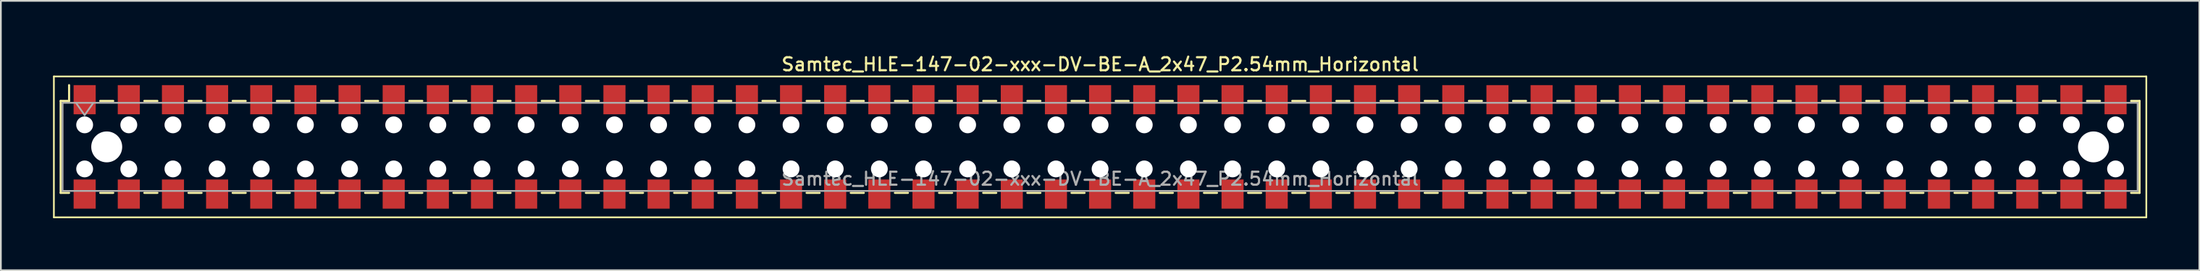
<source format=kicad_pcb>
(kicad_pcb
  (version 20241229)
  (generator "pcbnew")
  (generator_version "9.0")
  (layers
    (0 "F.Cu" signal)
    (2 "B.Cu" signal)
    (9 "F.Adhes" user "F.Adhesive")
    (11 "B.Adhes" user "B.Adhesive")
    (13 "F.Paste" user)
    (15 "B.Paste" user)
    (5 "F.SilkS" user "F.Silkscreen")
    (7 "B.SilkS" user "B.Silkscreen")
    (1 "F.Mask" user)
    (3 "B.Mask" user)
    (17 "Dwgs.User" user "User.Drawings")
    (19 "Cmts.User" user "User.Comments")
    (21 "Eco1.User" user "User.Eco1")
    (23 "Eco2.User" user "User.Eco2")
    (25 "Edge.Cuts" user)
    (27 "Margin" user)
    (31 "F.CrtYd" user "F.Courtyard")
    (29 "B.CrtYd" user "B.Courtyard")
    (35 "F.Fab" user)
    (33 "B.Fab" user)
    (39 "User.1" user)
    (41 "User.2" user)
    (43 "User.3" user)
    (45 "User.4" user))
  (footprint "Samtec_HLE-147-02-xxx-DV-BE-A_2x47_P2.54mm_Horizontal"
    (layer "F.Cu")
    (at 60.24 5.418)
    (property "Reference" "Samtec_HLE-147-02-xxx-DV-BE-A_2x47_P2.54mm_Horizontal" (at 0 -4.76 0) (layer "F.SilkS") (effects (font (size 0.75 0.75) (thickness 0.125))))
    (attr smd)
    (fp_line (start -60.19 -4.06) (end 60.19 -4.06) (stroke (width 0.1) (type solid)) (layer "F.SilkS"))
    (fp_line (start -60.19 4.06) (end -60.19 -4.06) (stroke (width 0.1) (type solid)) (layer "F.SilkS"))
    (fp_line (start -59.8 -2.65) (end -59.8 2.65) (stroke (width 0.12) (type solid)) (layer "F.SilkS"))
    (fp_line (start -59.8 2.65) (end -59.315 2.65) (stroke (width 0.12) (type solid)) (layer "F.SilkS"))
    (fp_line (start -59.315 -3.56) (end -59.315 -2.65) (stroke (width 0.12) (type solid)) (layer "F.SilkS"))
    (fp_line (start -59.315 -2.65) (end -59.8 -2.65) (stroke (width 0.12) (type solid)) (layer "F.SilkS"))
    (fp_line (start -57.525 -2.65) (end -56.775 -2.65) (stroke (width 0.12) (type solid)) (layer "F.SilkS"))
    (fp_line (start -57.525 2.65) (end -56.775 2.65) (stroke (width 0.12) (type solid)) (layer "F.SilkS"))
    (fp_line (start -54.985 -2.65) (end -54.235 -2.65) (stroke (width 0.12) (type solid)) (layer "F.SilkS"))
    (fp_line (start -54.985 2.65) (end -54.235 2.65) (stroke (width 0.12) (type solid)) (layer "F.SilkS"))
    (fp_line (start -52.445 -2.65) (end -51.695 -2.65) (stroke (width 0.12) (type solid)) (layer "F.SilkS"))
    (fp_line (start -52.445 2.65) (end -51.695 2.65) (stroke (width 0.12) (type solid)) (layer "F.SilkS"))
    (fp_line (start -49.905 -2.65) (end -49.155 -2.65) (stroke (width 0.12) (type solid)) (layer "F.SilkS"))
    (fp_line (start -49.905 2.65) (end -49.155 2.65) (stroke (width 0.12) (type solid)) (layer "F.SilkS"))
    (fp_line (start -47.365 -2.65) (end -46.615 -2.65) (stroke (width 0.12) (type solid)) (layer "F.SilkS"))
    (fp_line (start -47.365 2.65) (end -46.615 2.65) (stroke (width 0.12) (type solid)) (layer "F.SilkS"))
    (fp_line (start -44.825 -2.65) (end -44.075 -2.65) (stroke (width 0.12) (type solid)) (layer "F.SilkS"))
    (fp_line (start -44.825 2.65) (end -44.075 2.65) (stroke (width 0.12) (type solid)) (layer "F.SilkS"))
    (fp_line (start -42.285 -2.65) (end -41.535 -2.65) (stroke (width 0.12) (type solid)) (layer "F.SilkS"))
    (fp_line (start -42.285 2.65) (end -41.535 2.65) (stroke (width 0.12) (type solid)) (layer "F.SilkS"))
    (fp_line (start -39.745 -2.65) (end -38.995 -2.65) (stroke (width 0.12) (type solid)) (layer "F.SilkS"))
    (fp_line (start -39.745 2.65) (end -38.995 2.65) (stroke (width 0.12) (type solid)) (layer "F.SilkS"))
    (fp_line (start -37.205 -2.65) (end -36.455 -2.65) (stroke (width 0.12) (type solid)) (layer "F.SilkS"))
    (fp_line (start -37.205 2.65) (end -36.455 2.65) (stroke (width 0.12) (type solid)) (layer "F.SilkS"))
    (fp_line (start -34.665 -2.65) (end -33.915 -2.65) (stroke (width 0.12) (type solid)) (layer "F.SilkS"))
    (fp_line (start -34.665 2.65) (end -33.915 2.65) (stroke (width 0.12) (type solid)) (layer "F.SilkS"))
    (fp_line (start -32.125 -2.65) (end -31.375 -2.65) (stroke (width 0.12) (type solid)) (layer "F.SilkS"))
    (fp_line (start -32.125 2.65) (end -31.375 2.65) (stroke (width 0.12) (type solid)) (layer "F.SilkS"))
    (fp_line (start -29.585 -2.65) (end -28.835 -2.65) (stroke (width 0.12) (type solid)) (layer "F.SilkS"))
    (fp_line (start -29.585 2.65) (end -28.835 2.65) (stroke (width 0.12) (type solid)) (layer "F.SilkS"))
    (fp_line (start -27.045 -2.65) (end -26.295 -2.65) (stroke (width 0.12) (type solid)) (layer "F.SilkS"))
    (fp_line (start -27.045 2.65) (end -26.295 2.65) (stroke (width 0.12) (type solid)) (layer "F.SilkS"))
    (fp_line (start -24.505 -2.65) (end -23.755 -2.65) (stroke (width 0.12) (type solid)) (layer "F.SilkS"))
    (fp_line (start -24.505 2.65) (end -23.755 2.65) (stroke (width 0.12) (type solid)) (layer "F.SilkS"))
    (fp_line (start -21.965 -2.65) (end -21.215 -2.65) (stroke (width 0.12) (type solid)) (layer "F.SilkS"))
    (fp_line (start -21.965 2.65) (end -21.215 2.65) (stroke (width 0.12) (type solid)) (layer "F.SilkS"))
    (fp_line (start -19.425 -2.65) (end -18.675 -2.65) (stroke (width 0.12) (type solid)) (layer "F.SilkS"))
    (fp_line (start -19.425 2.65) (end -18.675 2.65) (stroke (width 0.12) (type solid)) (layer "F.SilkS"))
    (fp_line (start -16.885 -2.65) (end -16.135 -2.65) (stroke (width 0.12) (type solid)) (layer "F.SilkS"))
    (fp_line (start -16.885 2.65) (end -16.135 2.65) (stroke (width 0.12) (type solid)) (layer "F.SilkS"))
    (fp_line (start -14.345 -2.65) (end -13.595 -2.65) (stroke (width 0.12) (type solid)) (layer "F.SilkS"))
    (fp_line (start -14.345 2.65) (end -13.595 2.65) (stroke (width 0.12) (type solid)) (layer "F.SilkS"))
    (fp_line (start -11.805 -2.65) (end -11.055 -2.65) (stroke (width 0.12) (type solid)) (layer "F.SilkS"))
    (fp_line (start -11.805 2.65) (end -11.055 2.65) (stroke (width 0.12) (type solid)) (layer "F.SilkS"))
    (fp_line (start -9.265 -2.65) (end -8.515 -2.65) (stroke (width 0.12) (type solid)) (layer "F.SilkS"))
    (fp_line (start -9.265 2.65) (end -8.515 2.65) (stroke (width 0.12) (type solid)) (layer "F.SilkS"))
    (fp_line (start -6.725 -2.65) (end -5.975 -2.65) (stroke (width 0.12) (type solid)) (layer "F.SilkS"))
    (fp_line (start -6.725 2.65) (end -5.975 2.65) (stroke (width 0.12) (type solid)) (layer "F.SilkS"))
    (fp_line (start -4.185 -2.65) (end -3.435 -2.65) (stroke (width 0.12) (type solid)) (layer "F.SilkS"))
    (fp_line (start -4.185 2.65) (end -3.435 2.65) (stroke (width 0.12) (type solid)) (layer "F.SilkS"))
    (fp_line (start -1.645 -2.65) (end -0.895 -2.65) (stroke (width 0.12) (type solid)) (layer "F.SilkS"))
    (fp_line (start -1.645 2.65) (end -0.895 2.65) (stroke (width 0.12) (type solid)) (layer "F.SilkS"))
    (fp_line (start 0.895 -2.65) (end 1.645 -2.65) (stroke (width 0.12) (type solid)) (layer "F.SilkS"))
    (fp_line (start 0.895 2.65) (end 1.645 2.65) (stroke (width 0.12) (type solid)) (layer "F.SilkS"))
    (fp_line (start 3.435 -2.65) (end 4.185 -2.65) (stroke (width 0.12) (type solid)) (layer "F.SilkS"))
    (fp_line (start 3.435 2.65) (end 4.185 2.65) (stroke (width 0.12) (type solid)) (layer "F.SilkS"))
    (fp_line (start 5.975 -2.65) (end 6.725 -2.65) (stroke (width 0.12) (type solid)) (layer "F.SilkS"))
    (fp_line (start 5.975 2.65) (end 6.725 2.65) (stroke (width 0.12) (type solid)) (layer "F.SilkS"))
    (fp_line (start 8.515 -2.65) (end 9.265 -2.65) (stroke (width 0.12) (type solid)) (layer "F.SilkS"))
    (fp_line (start 8.515 2.65) (end 9.265 2.65) (stroke (width 0.12) (type solid)) (layer "F.SilkS"))
    (fp_line (start 11.055 -2.65) (end 11.805 -2.65) (stroke (width 0.12) (type solid)) (layer "F.SilkS"))
    (fp_line (start 11.055 2.65) (end 11.805 2.65) (stroke (width 0.12) (type solid)) (layer "F.SilkS"))
    (fp_line (start 13.595 -2.65) (end 14.345 -2.65) (stroke (width 0.12) (type solid)) (layer "F.SilkS"))
    (fp_line (start 13.595 2.65) (end 14.345 2.65) (stroke (width 0.12) (type solid)) (layer "F.SilkS"))
    (fp_line (start 16.135 -2.65) (end 16.885 -2.65) (stroke (width 0.12) (type solid)) (layer "F.SilkS"))
    (fp_line (start 16.135 2.65) (end 16.885 2.65) (stroke (width 0.12) (type solid)) (layer "F.SilkS"))
    (fp_line (start 18.675 -2.65) (end 19.425 -2.65) (stroke (width 0.12) (type solid)) (layer "F.SilkS"))
    (fp_line (start 18.675 2.65) (end 19.425 2.65) (stroke (width 0.12) (type solid)) (layer "F.SilkS"))
    (fp_line (start 21.215 -2.65) (end 21.965 -2.65) (stroke (width 0.12) (type solid)) (layer "F.SilkS"))
    (fp_line (start 21.215 2.65) (end 21.965 2.65) (stroke (width 0.12) (type solid)) (layer "F.SilkS"))
    (fp_line (start 23.755 -2.65) (end 24.505 -2.65) (stroke (width 0.12) (type solid)) (layer "F.SilkS"))
    (fp_line (start 23.755 2.65) (end 24.505 2.65) (stroke (width 0.12) (type solid)) (layer "F.SilkS"))
    (fp_line (start 26.295 -2.65) (end 27.045 -2.65) (stroke (width 0.12) (type solid)) (layer "F.SilkS"))
    (fp_line (start 26.295 2.65) (end 27.045 2.65) (stroke (width 0.12) (type solid)) (layer "F.SilkS"))
    (fp_line (start 28.835 -2.65) (end 29.585 -2.65) (stroke (width 0.12) (type solid)) (layer "F.SilkS"))
    (fp_line (start 28.835 2.65) (end 29.585 2.65) (stroke (width 0.12) (type solid)) (layer "F.SilkS"))
    (fp_line (start 31.375 -2.65) (end 32.125 -2.65) (stroke (width 0.12) (type solid)) (layer "F.SilkS"))
    (fp_line (start 31.375 2.65) (end 32.125 2.65) (stroke (width 0.12) (type solid)) (layer "F.SilkS"))
    (fp_line (start 33.915 -2.65) (end 34.665 -2.65) (stroke (width 0.12) (type solid)) (layer "F.SilkS"))
    (fp_line (start 33.915 2.65) (end 34.665 2.65) (stroke (width 0.12) (type solid)) (layer "F.SilkS"))
    (fp_line (start 36.455 -2.65) (end 37.205 -2.65) (stroke (width 0.12) (type solid)) (layer "F.SilkS"))
    (fp_line (start 36.455 2.65) (end 37.205 2.65) (stroke (width 0.12) (type solid)) (layer "F.SilkS"))
    (fp_line (start 38.995 -2.65) (end 39.745 -2.65) (stroke (width 0.12) (type solid)) (layer "F.SilkS"))
    (fp_line (start 38.995 2.65) (end 39.745 2.65) (stroke (width 0.12) (type solid)) (layer "F.SilkS"))
    (fp_line (start 41.535 -2.65) (end 42.285 -2.65) (stroke (width 0.12) (type solid)) (layer "F.SilkS"))
    (fp_line (start 41.535 2.65) (end 42.285 2.65) (stroke (width 0.12) (type solid)) (layer "F.SilkS"))
    (fp_line (start 44.075 -2.65) (end 44.825 -2.65) (stroke (width 0.12) (type solid)) (layer "F.SilkS"))
    (fp_line (start 44.075 2.65) (end 44.825 2.65) (stroke (width 0.12) (type solid)) (layer "F.SilkS"))
    (fp_line (start 46.615 -2.65) (end 47.365 -2.65) (stroke (width 0.12) (type solid)) (layer "F.SilkS"))
    (fp_line (start 46.615 2.65) (end 47.365 2.65) (stroke (width 0.12) (type solid)) (layer "F.SilkS"))
    (fp_line (start 49.155 -2.65) (end 49.905 -2.65) (stroke (width 0.12) (type solid)) (layer "F.SilkS"))
    (fp_line (start 49.155 2.65) (end 49.905 2.65) (stroke (width 0.12) (type solid)) (layer "F.SilkS"))
    (fp_line (start 51.695 -2.65) (end 52.445 -2.65) (stroke (width 0.12) (type solid)) (layer "F.SilkS"))
    (fp_line (start 51.695 2.65) (end 52.445 2.65) (stroke (width 0.12) (type solid)) (layer "F.SilkS"))
    (fp_line (start 54.235 -2.65) (end 54.985 -2.65) (stroke (width 0.12) (type solid)) (layer "F.SilkS"))
    (fp_line (start 54.235 2.65) (end 54.985 2.65) (stroke (width 0.12) (type solid)) (layer "F.SilkS"))
    (fp_line (start 56.775 -2.65) (end 57.525 -2.65) (stroke (width 0.12) (type solid)) (layer "F.SilkS"))
    (fp_line (start 56.775 2.65) (end 57.525 2.65) (stroke (width 0.12) (type solid)) (layer "F.SilkS"))
    (fp_line (start 59.315 -2.65) (end 59.8 -2.65) (stroke (width 0.12) (type solid)) (layer "F.SilkS"))
    (fp_line (start 59.8 -2.65) (end 59.8 2.65) (stroke (width 0.12) (type solid)) (layer "F.SilkS"))
    (fp_line (start 59.8 2.65) (end 59.315 2.65) (stroke (width 0.12) (type solid)) (layer "F.SilkS"))
    (fp_line (start 60.19 -4.06) (end 60.19 4.06) (stroke (width 0.1) (type solid)) (layer "F.SilkS"))
    (fp_line (start 60.19 4.06) (end -60.19 4.06) (stroke (width 0.1) (type solid)) (layer "F.SilkS"))
    (fp_line (start -59.69 -2.54) (end 59.69 -2.54) (stroke (width 0.1) (type solid)) (layer "F.Fab"))
    (fp_line (start -59.69 2.54) (end -59.69 -2.54) (stroke (width 0.1) (type solid)) (layer "F.Fab"))
    (fp_line (start -58.92 -2.54) (end -58.42 -1.833) (stroke (width 0.1) (type solid)) (layer "F.Fab"))
    (fp_line (start -58.42 -1.833) (end -57.92 -2.54) (stroke (width 0.1) (type solid)) (layer "F.Fab"))
    (fp_line (start 59.69 -2.54) (end 59.69 2.54) (stroke (width 0.1) (type solid)) (layer "F.Fab"))
    (fp_line (start 59.69 2.54) (end -59.69 2.54) (stroke (width 0.1) (type solid)) (layer "F.Fab"))
    (fp_text user "${REFERENCE}" (at 0 1.84 0) (layer "F.Fab") (effects (font (size 0.75 0.75) (thickness 0.125))))
    (pad "" np_thru_hole circle (at -58.42 -1.27) (size 0.97 0.97) (drill 0.97) (layers "*.Cu" "*.Mask"))
    (pad "" np_thru_hole circle (at -58.42 1.27) (size 0.97 0.97) (drill 0.97) (layers "*.Cu" "*.Mask"))
    (pad "" np_thru_hole circle (at -57.15 0) (size 1.78 1.78) (drill 1.78) (layers "*.Cu" "*.Mask"))
    (pad "" np_thru_hole circle (at -55.88 -1.27) (size 0.97 0.97) (drill 0.97) (layers "*.Cu" "*.Mask"))
    (pad "" np_thru_hole circle (at -55.88 1.27) (size 0.97 0.97) (drill 0.97) (layers "*.Cu" "*.Mask"))
    (pad "" np_thru_hole circle (at -53.34 -1.27) (size 0.97 0.97) (drill 0.97) (layers "*.Cu" "*.Mask"))
    (pad "" np_thru_hole circle (at -53.34 1.27) (size 0.97 0.97) (drill 0.97) (layers "*.Cu" "*.Mask"))
    (pad "" np_thru_hole circle (at -50.8 -1.27) (size 0.97 0.97) (drill 0.97) (layers "*.Cu" "*.Mask"))
    (pad "" np_thru_hole circle (at -50.8 1.27) (size 0.97 0.97) (drill 0.97) (layers "*.Cu" "*.Mask"))
    (pad "" np_thru_hole circle (at -48.26 -1.27) (size 0.97 0.97) (drill 0.97) (layers "*.Cu" "*.Mask"))
    (pad "" np_thru_hole circle (at -48.26 1.27) (size 0.97 0.97) (drill 0.97) (layers "*.Cu" "*.Mask"))
    (pad "" np_thru_hole circle (at -45.72 -1.27) (size 0.97 0.97) (drill 0.97) (layers "*.Cu" "*.Mask"))
    (pad "" np_thru_hole circle (at -45.72 1.27) (size 0.97 0.97) (drill 0.97) (layers "*.Cu" "*.Mask"))
    (pad "" np_thru_hole circle (at -43.18 -1.27) (size 0.97 0.97) (drill 0.97) (layers "*.Cu" "*.Mask"))
    (pad "" np_thru_hole circle (at -43.18 1.27) (size 0.97 0.97) (drill 0.97) (layers "*.Cu" "*.Mask"))
    (pad "" np_thru_hole circle (at -40.64 -1.27) (size 0.97 0.97) (drill 0.97) (layers "*.Cu" "*.Mask"))
    (pad "" np_thru_hole circle (at -40.64 1.27) (size 0.97 0.97) (drill 0.97) (layers "*.Cu" "*.Mask"))
    (pad "" np_thru_hole circle (at -38.1 -1.27) (size 0.97 0.97) (drill 0.97) (layers "*.Cu" "*.Mask"))
    (pad "" np_thru_hole circle (at -38.1 1.27) (size 0.97 0.97) (drill 0.97) (layers "*.Cu" "*.Mask"))
    (pad "" np_thru_hole circle (at -35.56 -1.27) (size 0.97 0.97) (drill 0.97) (layers "*.Cu" "*.Mask"))
    (pad "" np_thru_hole circle (at -35.56 1.27) (size 0.97 0.97) (drill 0.97) (layers "*.Cu" "*.Mask"))
    (pad "" np_thru_hole circle (at -33.02 -1.27) (size 0.97 0.97) (drill 0.97) (layers "*.Cu" "*.Mask"))
    (pad "" np_thru_hole circle (at -33.02 1.27) (size 0.97 0.97) (drill 0.97) (layers "*.Cu" "*.Mask"))
    (pad "" np_thru_hole circle (at -30.48 -1.27) (size 0.97 0.97) (drill 0.97) (layers "*.Cu" "*.Mask"))
    (pad "" np_thru_hole circle (at -30.48 1.27) (size 0.97 0.97) (drill 0.97) (layers "*.Cu" "*.Mask"))
    (pad "" np_thru_hole circle (at -27.94 -1.27) (size 0.97 0.97) (drill 0.97) (layers "*.Cu" "*.Mask"))
    (pad "" np_thru_hole circle (at -27.94 1.27) (size 0.97 0.97) (drill 0.97) (layers "*.Cu" "*.Mask"))
    (pad "" np_thru_hole circle (at -25.4 -1.27) (size 0.97 0.97) (drill 0.97) (layers "*.Cu" "*.Mask"))
    (pad "" np_thru_hole circle (at -25.4 1.27) (size 0.97 0.97) (drill 0.97) (layers "*.Cu" "*.Mask"))
    (pad "" np_thru_hole circle (at -22.86 -1.27) (size 0.97 0.97) (drill 0.97) (layers "*.Cu" "*.Mask"))
    (pad "" np_thru_hole circle (at -22.86 1.27) (size 0.97 0.97) (drill 0.97) (layers "*.Cu" "*.Mask"))
    (pad "" np_thru_hole circle (at -20.32 -1.27) (size 0.97 0.97) (drill 0.97) (layers "*.Cu" "*.Mask"))
    (pad "" np_thru_hole circle (at -20.32 1.27) (size 0.97 0.97) (drill 0.97) (layers "*.Cu" "*.Mask"))
    (pad "" np_thru_hole circle (at -17.78 -1.27) (size 0.97 0.97) (drill 0.97) (layers "*.Cu" "*.Mask"))
    (pad "" np_thru_hole circle (at -17.78 1.27) (size 0.97 0.97) (drill 0.97) (layers "*.Cu" "*.Mask"))
    (pad "" np_thru_hole circle (at -15.24 -1.27) (size 0.97 0.97) (drill 0.97) (layers "*.Cu" "*.Mask"))
    (pad "" np_thru_hole circle (at -15.24 1.27) (size 0.97 0.97) (drill 0.97) (layers "*.Cu" "*.Mask"))
    (pad "" np_thru_hole circle (at -12.7 -1.27) (size 0.97 0.97) (drill 0.97) (layers "*.Cu" "*.Mask"))
    (pad "" np_thru_hole circle (at -12.7 1.27) (size 0.97 0.97) (drill 0.97) (layers "*.Cu" "*.Mask"))
    (pad "" np_thru_hole circle (at -10.16 -1.27) (size 0.97 0.97) (drill 0.97) (layers "*.Cu" "*.Mask"))
    (pad "" np_thru_hole circle (at -10.16 1.27) (size 0.97 0.97) (drill 0.97) (layers "*.Cu" "*.Mask"))
    (pad "" np_thru_hole circle (at -7.62 -1.27) (size 0.97 0.97) (drill 0.97) (layers "*.Cu" "*.Mask"))
    (pad "" np_thru_hole circle (at -7.62 1.27) (size 0.97 0.97) (drill 0.97) (layers "*.Cu" "*.Mask"))
    (pad "" np_thru_hole circle (at -5.08 -1.27) (size 0.97 0.97) (drill 0.97) (layers "*.Cu" "*.Mask"))
    (pad "" np_thru_hole circle (at -5.08 1.27) (size 0.97 0.97) (drill 0.97) (layers "*.Cu" "*.Mask"))
    (pad "" np_thru_hole circle (at -2.54 -1.27) (size 0.97 0.97) (drill 0.97) (layers "*.Cu" "*.Mask"))
    (pad "" np_thru_hole circle (at -2.54 1.27) (size 0.97 0.97) (drill 0.97) (layers "*.Cu" "*.Mask"))
    (pad "" np_thru_hole circle (at 0 -1.27) (size 0.97 0.97) (drill 0.97) (layers "*.Cu" "*.Mask"))
    (pad "" np_thru_hole circle (at 0 1.27) (size 0.97 0.97) (drill 0.97) (layers "*.Cu" "*.Mask"))
    (pad "" np_thru_hole circle (at 2.54 -1.27) (size 0.97 0.97) (drill 0.97) (layers "*.Cu" "*.Mask"))
    (pad "" np_thru_hole circle (at 2.54 1.27) (size 0.97 0.97) (drill 0.97) (layers "*.Cu" "*.Mask"))
    (pad "" np_thru_hole circle (at 5.08 -1.27) (size 0.97 0.97) (drill 0.97) (layers "*.Cu" "*.Mask"))
    (pad "" np_thru_hole circle (at 5.08 1.27) (size 0.97 0.97) (drill 0.97) (layers "*.Cu" "*.Mask"))
    (pad "" np_thru_hole circle (at 7.62 -1.27) (size 0.97 0.97) (drill 0.97) (layers "*.Cu" "*.Mask"))
    (pad "" np_thru_hole circle (at 7.62 1.27) (size 0.97 0.97) (drill 0.97) (layers "*.Cu" "*.Mask"))
    (pad "" np_thru_hole circle (at 10.16 -1.27) (size 0.97 0.97) (drill 0.97) (layers "*.Cu" "*.Mask"))
    (pad "" np_thru_hole circle (at 10.16 1.27) (size 0.97 0.97) (drill 0.97) (layers "*.Cu" "*.Mask"))
    (pad "" np_thru_hole circle (at 12.7 -1.27) (size 0.97 0.97) (drill 0.97) (layers "*.Cu" "*.Mask"))
    (pad "" np_thru_hole circle (at 12.7 1.27) (size 0.97 0.97) (drill 0.97) (layers "*.Cu" "*.Mask"))
    (pad "" np_thru_hole circle (at 15.24 -1.27) (size 0.97 0.97) (drill 0.97) (layers "*.Cu" "*.Mask"))
    (pad "" np_thru_hole circle (at 15.24 1.27) (size 0.97 0.97) (drill 0.97) (layers "*.Cu" "*.Mask"))
    (pad "" np_thru_hole circle (at 17.78 -1.27) (size 0.97 0.97) (drill 0.97) (layers "*.Cu" "*.Mask"))
    (pad "" np_thru_hole circle (at 17.78 1.27) (size 0.97 0.97) (drill 0.97) (layers "*.Cu" "*.Mask"))
    (pad "" np_thru_hole circle (at 20.32 -1.27) (size 0.97 0.97) (drill 0.97) (layers "*.Cu" "*.Mask"))
    (pad "" np_thru_hole circle (at 20.32 1.27) (size 0.97 0.97) (drill 0.97) (layers "*.Cu" "*.Mask"))
    (pad "" np_thru_hole circle (at 22.86 -1.27) (size 0.97 0.97) (drill 0.97) (layers "*.Cu" "*.Mask"))
    (pad "" np_thru_hole circle (at 22.86 1.27) (size 0.97 0.97) (drill 0.97) (layers "*.Cu" "*.Mask"))
    (pad "" np_thru_hole circle (at 25.4 -1.27) (size 0.97 0.97) (drill 0.97) (layers "*.Cu" "*.Mask"))
    (pad "" np_thru_hole circle (at 25.4 1.27) (size 0.97 0.97) (drill 0.97) (layers "*.Cu" "*.Mask"))
    (pad "" np_thru_hole circle (at 27.94 -1.27) (size 0.97 0.97) (drill 0.97) (layers "*.Cu" "*.Mask"))
    (pad "" np_thru_hole circle (at 27.94 1.27) (size 0.97 0.97) (drill 0.97) (layers "*.Cu" "*.Mask"))
    (pad "" np_thru_hole circle (at 30.48 -1.27) (size 0.97 0.97) (drill 0.97) (layers "*.Cu" "*.Mask"))
    (pad "" np_thru_hole circle (at 30.48 1.27) (size 0.97 0.97) (drill 0.97) (layers "*.Cu" "*.Mask"))
    (pad "" np_thru_hole circle (at 33.02 -1.27) (size 0.97 0.97) (drill 0.97) (layers "*.Cu" "*.Mask"))
    (pad "" np_thru_hole circle (at 33.02 1.27) (size 0.97 0.97) (drill 0.97) (layers "*.Cu" "*.Mask"))
    (pad "" np_thru_hole circle (at 35.56 -1.27) (size 0.97 0.97) (drill 0.97) (layers "*.Cu" "*.Mask"))
    (pad "" np_thru_hole circle (at 35.56 1.27) (size 0.97 0.97) (drill 0.97) (layers "*.Cu" "*.Mask"))
    (pad "" np_thru_hole circle (at 38.1 -1.27) (size 0.97 0.97) (drill 0.97) (layers "*.Cu" "*.Mask"))
    (pad "" np_thru_hole circle (at 38.1 1.27) (size 0.97 0.97) (drill 0.97) (layers "*.Cu" "*.Mask"))
    (pad "" np_thru_hole circle (at 40.64 -1.27) (size 0.97 0.97) (drill 0.97) (layers "*.Cu" "*.Mask"))
    (pad "" np_thru_hole circle (at 40.64 1.27) (size 0.97 0.97) (drill 0.97) (layers "*.Cu" "*.Mask"))
    (pad "" np_thru_hole circle (at 43.18 -1.27) (size 0.97 0.97) (drill 0.97) (layers "*.Cu" "*.Mask"))
    (pad "" np_thru_hole circle (at 43.18 1.27) (size 0.97 0.97) (drill 0.97) (layers "*.Cu" "*.Mask"))
    (pad "" np_thru_hole circle (at 45.72 -1.27) (size 0.97 0.97) (drill 0.97) (layers "*.Cu" "*.Mask"))
    (pad "" np_thru_hole circle (at 45.72 1.27) (size 0.97 0.97) (drill 0.97) (layers "*.Cu" "*.Mask"))
    (pad "" np_thru_hole circle (at 48.26 -1.27) (size 0.97 0.97) (drill 0.97) (layers "*.Cu" "*.Mask"))
    (pad "" np_thru_hole circle (at 48.26 1.27) (size 0.97 0.97) (drill 0.97) (layers "*.Cu" "*.Mask"))
    (pad "" np_thru_hole circle (at 50.8 -1.27) (size 0.97 0.97) (drill 0.97) (layers "*.Cu" "*.Mask"))
    (pad "" np_thru_hole circle (at 50.8 1.27) (size 0.97 0.97) (drill 0.97) (layers "*.Cu" "*.Mask"))
    (pad "" np_thru_hole circle (at 53.34 -1.27) (size 0.97 0.97) (drill 0.97) (layers "*.Cu" "*.Mask"))
    (pad "" np_thru_hole circle (at 53.34 1.27) (size 0.97 0.97) (drill 0.97) (layers "*.Cu" "*.Mask"))
    (pad "" np_thru_hole circle (at 55.88 -1.27) (size 0.97 0.97) (drill 0.97) (layers "*.Cu" "*.Mask"))
    (pad "" np_thru_hole circle (at 55.88 1.27) (size 0.97 0.97) (drill 0.97) (layers "*.Cu" "*.Mask"))
    (pad "" np_thru_hole circle (at 57.15 0) (size 1.78 1.78) (drill 1.78) (layers "*.Cu" "*.Mask"))
    (pad "" np_thru_hole circle (at 58.42 -1.27) (size 0.97 0.97) (drill 0.97) (layers "*.Cu" "*.Mask"))
    (pad "" np_thru_hole circle (at 58.42 1.27) (size 0.97 0.97) (drill 0.97) (layers "*.Cu" "*.Mask"))
    (pad "1" smd rect (at -58.42 -2.72) (size 1.27 1.68) (layers "F.Cu" "F.Mask" "F.Paste"))
    (pad "2" smd rect (at -58.42 2.72) (size 1.27 1.68) (layers "F.Cu" "F.Mask" "F.Paste"))
    (pad "3" smd rect (at -55.88 -2.72) (size 1.27 1.68) (layers "F.Cu" "F.Mask" "F.Paste"))
    (pad "4" smd rect (at -55.88 2.72) (size 1.27 1.68) (layers "F.Cu" "F.Mask" "F.Paste"))
    (pad "5" smd rect (at -53.34 -2.72) (size 1.27 1.68) (layers "F.Cu" "F.Mask" "F.Paste"))
    (pad "6" smd rect (at -53.34 2.72) (size 1.27 1.68) (layers "F.Cu" "F.Mask" "F.Paste"))
    (pad "7" smd rect (at -50.8 -2.72) (size 1.27 1.68) (layers "F.Cu" "F.Mask" "F.Paste"))
    (pad "8" smd rect (at -50.8 2.72) (size 1.27 1.68) (layers "F.Cu" "F.Mask" "F.Paste"))
    (pad "9" smd rect (at -48.26 -2.72) (size 1.27 1.68) (layers "F.Cu" "F.Mask" "F.Paste"))
    (pad "10" smd rect (at -48.26 2.72) (size 1.27 1.68) (layers "F.Cu" "F.Mask" "F.Paste"))
    (pad "11" smd rect (at -45.72 -2.72) (size 1.27 1.68) (layers "F.Cu" "F.Mask" "F.Paste"))
    (pad "12" smd rect (at -45.72 2.72) (size 1.27 1.68) (layers "F.Cu" "F.Mask" "F.Paste"))
    (pad "13" smd rect (at -43.18 -2.72) (size 1.27 1.68) (layers "F.Cu" "F.Mask" "F.Paste"))
    (pad "14" smd rect (at -43.18 2.72) (size 1.27 1.68) (layers "F.Cu" "F.Mask" "F.Paste"))
    (pad "15" smd rect (at -40.64 -2.72) (size 1.27 1.68) (layers "F.Cu" "F.Mask" "F.Paste"))
    (pad "16" smd rect (at -40.64 2.72) (size 1.27 1.68) (layers "F.Cu" "F.Mask" "F.Paste"))
    (pad "17" smd rect (at -38.1 -2.72) (size 1.27 1.68) (layers "F.Cu" "F.Mask" "F.Paste"))
    (pad "18" smd rect (at -38.1 2.72) (size 1.27 1.68) (layers "F.Cu" "F.Mask" "F.Paste"))
    (pad "19" smd rect (at -35.56 -2.72) (size 1.27 1.68) (layers "F.Cu" "F.Mask" "F.Paste"))
    (pad "20" smd rect (at -35.56 2.72) (size 1.27 1.68) (layers "F.Cu" "F.Mask" "F.Paste"))
    (pad "21" smd rect (at -33.02 -2.72) (size 1.27 1.68) (layers "F.Cu" "F.Mask" "F.Paste"))
    (pad "22" smd rect (at -33.02 2.72) (size 1.27 1.68) (layers "F.Cu" "F.Mask" "F.Paste"))
    (pad "23" smd rect (at -30.48 -2.72) (size 1.27 1.68) (layers "F.Cu" "F.Mask" "F.Paste"))
    (pad "24" smd rect (at -30.48 2.72) (size 1.27 1.68) (layers "F.Cu" "F.Mask" "F.Paste"))
    (pad "25" smd rect (at -27.94 -2.72) (size 1.27 1.68) (layers "F.Cu" "F.Mask" "F.Paste"))
    (pad "26" smd rect (at -27.94 2.72) (size 1.27 1.68) (layers "F.Cu" "F.Mask" "F.Paste"))
    (pad "27" smd rect (at -25.4 -2.72) (size 1.27 1.68) (layers "F.Cu" "F.Mask" "F.Paste"))
    (pad "28" smd rect (at -25.4 2.72) (size 1.27 1.68) (layers "F.Cu" "F.Mask" "F.Paste"))
    (pad "29" smd rect (at -22.86 -2.72) (size 1.27 1.68) (layers "F.Cu" "F.Mask" "F.Paste"))
    (pad "30" smd rect (at -22.86 2.72) (size 1.27 1.68) (layers "F.Cu" "F.Mask" "F.Paste"))
    (pad "31" smd rect (at -20.32 -2.72) (size 1.27 1.68) (layers "F.Cu" "F.Mask" "F.Paste"))
    (pad "32" smd rect (at -20.32 2.72) (size 1.27 1.68) (layers "F.Cu" "F.Mask" "F.Paste"))
    (pad "33" smd rect (at -17.78 -2.72) (size 1.27 1.68) (layers "F.Cu" "F.Mask" "F.Paste"))
    (pad "34" smd rect (at -17.78 2.72) (size 1.27 1.68) (layers "F.Cu" "F.Mask" "F.Paste"))
    (pad "35" smd rect (at -15.24 -2.72) (size 1.27 1.68) (layers "F.Cu" "F.Mask" "F.Paste"))
    (pad "36" smd rect (at -15.24 2.72) (size 1.27 1.68) (layers "F.Cu" "F.Mask" "F.Paste"))
    (pad "37" smd rect (at -12.7 -2.72) (size 1.27 1.68) (layers "F.Cu" "F.Mask" "F.Paste"))
    (pad "38" smd rect (at -12.7 2.72) (size 1.27 1.68) (layers "F.Cu" "F.Mask" "F.Paste"))
    (pad "39" smd rect (at -10.16 -2.72) (size 1.27 1.68) (layers "F.Cu" "F.Mask" "F.Paste"))
    (pad "40" smd rect (at -10.16 2.72) (size 1.27 1.68) (layers "F.Cu" "F.Mask" "F.Paste"))
    (pad "41" smd rect (at -7.62 -2.72) (size 1.27 1.68) (layers "F.Cu" "F.Mask" "F.Paste"))
    (pad "42" smd rect (at -7.62 2.72) (size 1.27 1.68) (layers "F.Cu" "F.Mask" "F.Paste"))
    (pad "43" smd rect (at -5.08 -2.72) (size 1.27 1.68) (layers "F.Cu" "F.Mask" "F.Paste"))
    (pad "44" smd rect (at -5.08 2.72) (size 1.27 1.68) (layers "F.Cu" "F.Mask" "F.Paste"))
    (pad "45" smd rect (at -2.54 -2.72) (size 1.27 1.68) (layers "F.Cu" "F.Mask" "F.Paste"))
    (pad "46" smd rect (at -2.54 2.72) (size 1.27 1.68) (layers "F.Cu" "F.Mask" "F.Paste"))
    (pad "47" smd rect (at 0 -2.72) (size 1.27 1.68) (layers "F.Cu" "F.Mask" "F.Paste"))
    (pad "48" smd rect (at 0 2.72) (size 1.27 1.68) (layers "F.Cu" "F.Mask" "F.Paste"))
    (pad "49" smd rect (at 2.54 -2.72) (size 1.27 1.68) (layers "F.Cu" "F.Mask" "F.Paste"))
    (pad "50" smd rect (at 2.54 2.72) (size 1.27 1.68) (layers "F.Cu" "F.Mask" "F.Paste"))
    (pad "51" smd rect (at 5.08 -2.72) (size 1.27 1.68) (layers "F.Cu" "F.Mask" "F.Paste"))
    (pad "52" smd rect (at 5.08 2.72) (size 1.27 1.68) (layers "F.Cu" "F.Mask" "F.Paste"))
    (pad "53" smd rect (at 7.62 -2.72) (size 1.27 1.68) (layers "F.Cu" "F.Mask" "F.Paste"))
    (pad "54" smd rect (at 7.62 2.72) (size 1.27 1.68) (layers "F.Cu" "F.Mask" "F.Paste"))
    (pad "55" smd rect (at 10.16 -2.72) (size 1.27 1.68) (layers "F.Cu" "F.Mask" "F.Paste"))
    (pad "56" smd rect (at 10.16 2.72) (size 1.27 1.68) (layers "F.Cu" "F.Mask" "F.Paste"))
    (pad "57" smd rect (at 12.7 -2.72) (size 1.27 1.68) (layers "F.Cu" "F.Mask" "F.Paste"))
    (pad "58" smd rect (at 12.7 2.72) (size 1.27 1.68) (layers "F.Cu" "F.Mask" "F.Paste"))
    (pad "59" smd rect (at 15.24 -2.72) (size 1.27 1.68) (layers "F.Cu" "F.Mask" "F.Paste"))
    (pad "60" smd rect (at 15.24 2.72) (size 1.27 1.68) (layers "F.Cu" "F.Mask" "F.Paste"))
    (pad "61" smd rect (at 17.78 -2.72) (size 1.27 1.68) (layers "F.Cu" "F.Mask" "F.Paste"))
    (pad "62" smd rect (at 17.78 2.72) (size 1.27 1.68) (layers "F.Cu" "F.Mask" "F.Paste"))
    (pad "63" smd rect (at 20.32 -2.72) (size 1.27 1.68) (layers "F.Cu" "F.Mask" "F.Paste"))
    (pad "64" smd rect (at 20.32 2.72) (size 1.27 1.68) (layers "F.Cu" "F.Mask" "F.Paste"))
    (pad "65" smd rect (at 22.86 -2.72) (size 1.27 1.68) (layers "F.Cu" "F.Mask" "F.Paste"))
    (pad "66" smd rect (at 22.86 2.72) (size 1.27 1.68) (layers "F.Cu" "F.Mask" "F.Paste"))
    (pad "67" smd rect (at 25.4 -2.72) (size 1.27 1.68) (layers "F.Cu" "F.Mask" "F.Paste"))
    (pad "68" smd rect (at 25.4 2.72) (size 1.27 1.68) (layers "F.Cu" "F.Mask" "F.Paste"))
    (pad "69" smd rect (at 27.94 -2.72) (size 1.27 1.68) (layers "F.Cu" "F.Mask" "F.Paste"))
    (pad "70" smd rect (at 27.94 2.72) (size 1.27 1.68) (layers "F.Cu" "F.Mask" "F.Paste"))
    (pad "71" smd rect (at 30.48 -2.72) (size 1.27 1.68) (layers "F.Cu" "F.Mask" "F.Paste"))
    (pad "72" smd rect (at 30.48 2.72) (size 1.27 1.68) (layers "F.Cu" "F.Mask" "F.Paste"))
    (pad "73" smd rect (at 33.02 -2.72) (size 1.27 1.68) (layers "F.Cu" "F.Mask" "F.Paste"))
    (pad "74" smd rect (at 33.02 2.72) (size 1.27 1.68) (layers "F.Cu" "F.Mask" "F.Paste"))
    (pad "75" smd rect (at 35.56 -2.72) (size 1.27 1.68) (layers "F.Cu" "F.Mask" "F.Paste"))
    (pad "76" smd rect (at 35.56 2.72) (size 1.27 1.68) (layers "F.Cu" "F.Mask" "F.Paste"))
    (pad "77" smd rect (at 38.1 -2.72) (size 1.27 1.68) (layers "F.Cu" "F.Mask" "F.Paste"))
    (pad "78" smd rect (at 38.1 2.72) (size 1.27 1.68) (layers "F.Cu" "F.Mask" "F.Paste"))
    (pad "79" smd rect (at 40.64 -2.72) (size 1.27 1.68) (layers "F.Cu" "F.Mask" "F.Paste"))
    (pad "80" smd rect (at 40.64 2.72) (size 1.27 1.68) (layers "F.Cu" "F.Mask" "F.Paste"))
    (pad "81" smd rect (at 43.18 -2.72) (size 1.27 1.68) (layers "F.Cu" "F.Mask" "F.Paste"))
    (pad "82" smd rect (at 43.18 2.72) (size 1.27 1.68) (layers "F.Cu" "F.Mask" "F.Paste"))
    (pad "83" smd rect (at 45.72 -2.72) (size 1.27 1.68) (layers "F.Cu" "F.Mask" "F.Paste"))
    (pad "84" smd rect (at 45.72 2.72) (size 1.27 1.68) (layers "F.Cu" "F.Mask" "F.Paste"))
    (pad "85" smd rect (at 48.26 -2.72) (size 1.27 1.68) (layers "F.Cu" "F.Mask" "F.Paste"))
    (pad "86" smd rect (at 48.26 2.72) (size 1.27 1.68) (layers "F.Cu" "F.Mask" "F.Paste"))
    (pad "87" smd rect (at 50.8 -2.72) (size 1.27 1.68) (layers "F.Cu" "F.Mask" "F.Paste"))
    (pad "88" smd rect (at 50.8 2.72) (size 1.27 1.68) (layers "F.Cu" "F.Mask" "F.Paste"))
    (pad "89" smd rect (at 53.34 -2.72) (size 1.27 1.68) (layers "F.Cu" "F.Mask" "F.Paste"))
    (pad "90" smd rect (at 53.34 2.72) (size 1.27 1.68) (layers "F.Cu" "F.Mask" "F.Paste"))
    (pad "91" smd rect (at 55.88 -2.72) (size 1.27 1.68) (layers "F.Cu" "F.Mask" "F.Paste"))
    (pad "92" smd rect (at 55.88 2.72) (size 1.27 1.68) (layers "F.Cu" "F.Mask" "F.Paste"))
    (pad "93" smd rect (at 58.42 -2.72) (size 1.27 1.68) (layers "F.Cu" "F.Mask" "F.Paste"))
    (pad "94" smd rect (at 58.42 2.72) (size 1.27 1.68) (layers "F.Cu" "F.Mask" "F.Paste")))
  (gr_rect
    (start -3 -3)
    (end 123.48 12.528)
    (stroke (width 0.1) (type default))
    (fill no)
    (layer "Edge.Cuts")))
</source>
